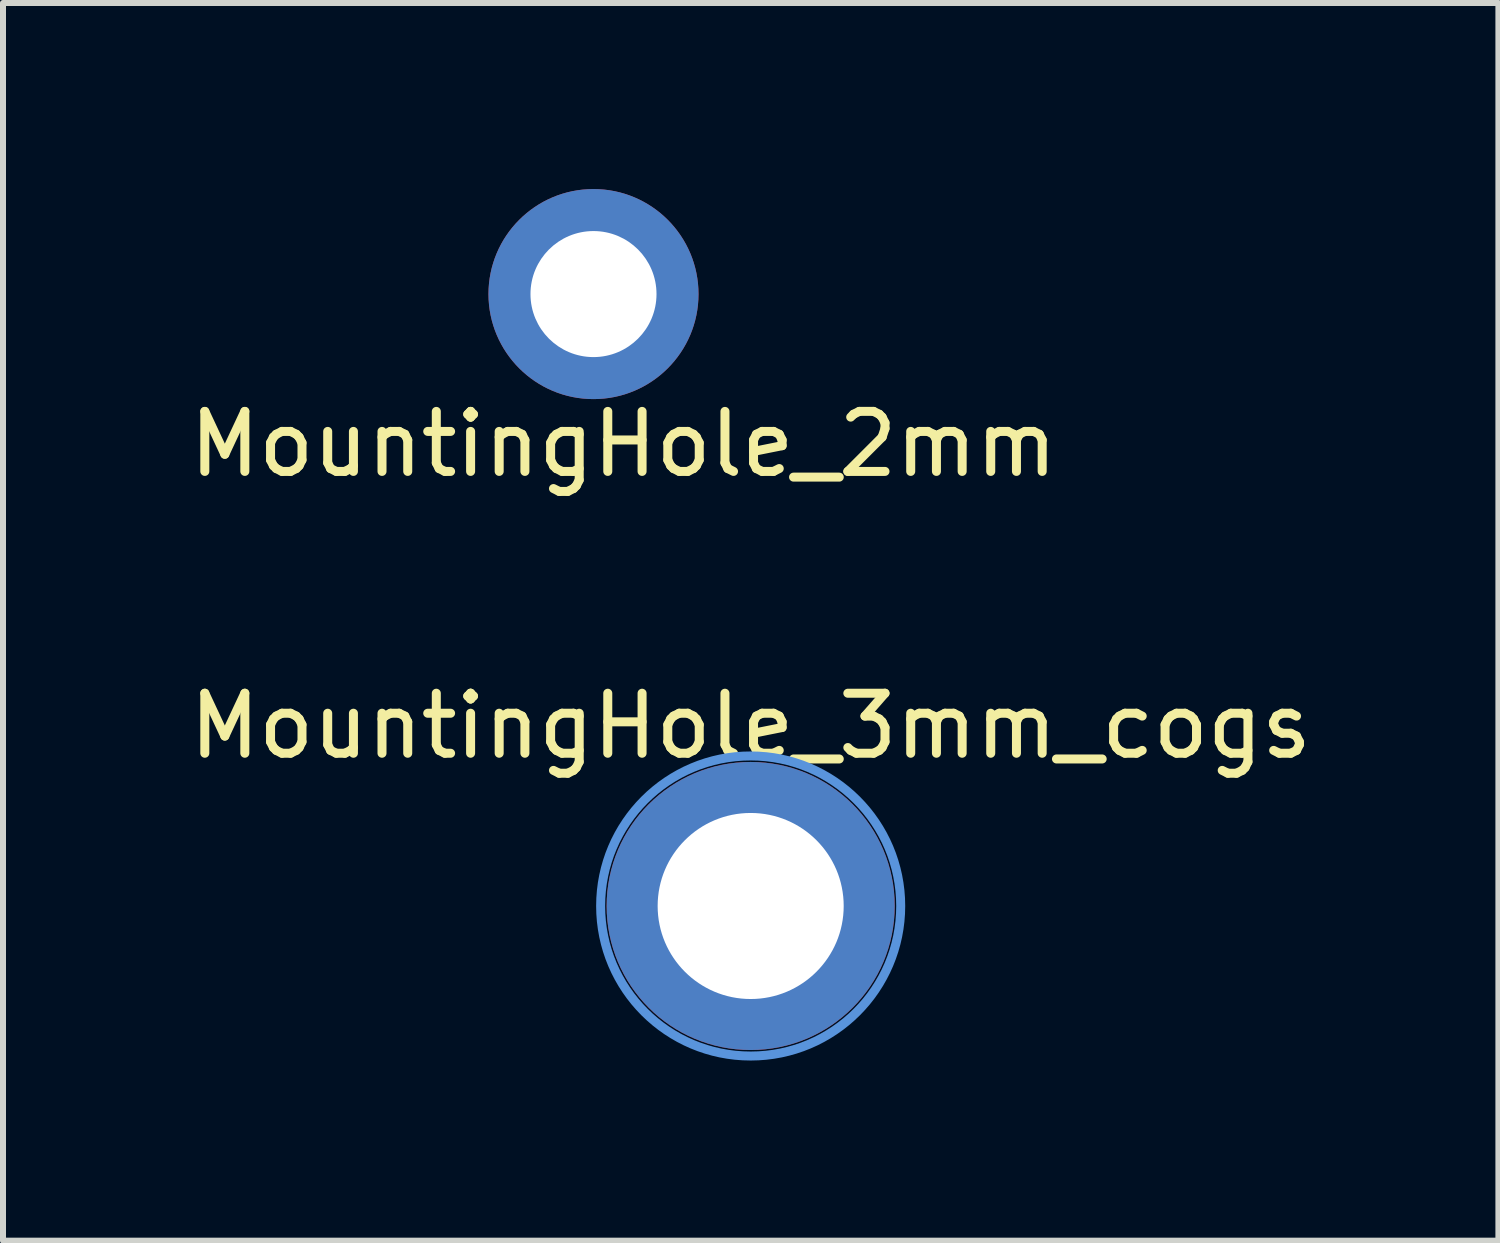
<source format=kicad_pcb>
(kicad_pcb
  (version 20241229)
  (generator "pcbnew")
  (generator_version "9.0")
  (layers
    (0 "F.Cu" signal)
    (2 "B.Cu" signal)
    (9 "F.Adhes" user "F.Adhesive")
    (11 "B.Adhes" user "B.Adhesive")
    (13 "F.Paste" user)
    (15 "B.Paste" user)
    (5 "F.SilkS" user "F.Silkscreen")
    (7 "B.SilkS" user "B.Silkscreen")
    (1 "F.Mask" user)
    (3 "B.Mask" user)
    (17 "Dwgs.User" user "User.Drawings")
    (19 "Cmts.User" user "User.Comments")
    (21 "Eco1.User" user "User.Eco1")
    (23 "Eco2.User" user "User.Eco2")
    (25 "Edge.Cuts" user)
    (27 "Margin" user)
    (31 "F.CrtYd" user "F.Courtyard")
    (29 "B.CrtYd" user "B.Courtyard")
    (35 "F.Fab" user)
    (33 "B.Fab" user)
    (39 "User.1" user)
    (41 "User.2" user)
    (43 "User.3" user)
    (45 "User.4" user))
  (footprint "MountingHole_2mm"
    (layer "F.Cu")
    (at 6.839 1.85)
    (property "Reference" "MountingHole_2mm" (at 0.5 2.5 0) (layer "F.SilkS") (effects (font (size 1 1) (thickness 0.15))))
    (attr through_hole)
    (fp_line (start -1.6 0) (end 1.6 0) (stroke (width 0.3) (type solid)) (layer "F.Mask"))
    (fp_line (start -1.2 1.2) (end 1.2 -1.2) (stroke (width 0.3) (type solid)) (layer "F.Mask"))
    (fp_line (start 0 -1.6) (end 0 1.6) (stroke (width 0.3) (type solid)) (layer "F.Mask"))
    (fp_line (start 1.2 1.2) (end -1.2 -1.2) (stroke (width 0.3) (type solid)) (layer "F.Mask"))
    (fp_line (start -1.25 -1.25) (end 1.25 1.25) (stroke (width 0.2) (type solid)) (layer "B.Mask"))
    (fp_line (start 0 -1.75) (end 0 1.75) (stroke (width 0.2) (type solid)) (layer "B.Mask"))
    (fp_line (start 1.25 -1.25) (end -1.25 1.25) (stroke (width 0.2) (type solid)) (layer "B.Mask"))
    (fp_line (start 1.75 0) (end -1.75 0) (stroke (width 0.2) (type solid)) (layer "B.Mask"))
    (pad "1" thru_hole circle (at 0 0) (size 3.5 3.5) (drill 2.1) (layers "*.Cu" "*.Mask")))
  (footprint "MountingHole_3mm_cogs"
    (layer "F.Cu")
    (at 9.458 12.046)
    (property "Reference" "MountingHole_3mm_cogs" (at 0 -3 0) (layer "F.SilkS") (effects (font (size 1 1) (thickness 0.15))))
    (attr through_hole)
    (fp_arc (start -2.25 0) (mid -2.114308 -0.769545) (end -1.7236 -1.446272) (stroke (width 0.6) (type solid)) (layer "F.Mask"))
    (fp_arc (start 0 -2.25) (mid 0.769545 -2.114308) (end 1.446272 -1.7236) (stroke (width 0.6) (type solid)) (layer "F.Mask"))
    (fp_arc (start 0 2.25) (mid -0.769545 2.114308) (end -1.446272 1.7236) (stroke (width 0.6) (type solid)) (layer "F.Mask"))
    (fp_arc (start 2.25 0) (mid 2.114308 0.769545) (end 1.7236 1.446272) (stroke (width 0.6) (type solid)) (layer "F.Mask"))
    (fp_arc (start -2.25 0) (mid -2.110241 -0.780629) (end -1.708327 -1.464281) (stroke (width 0.6) (type solid)) (layer "B.Mask"))
    (fp_arc (start 0 -2.25) (mid 0.780629 -2.110241) (end 1.464281 -1.708327) (stroke (width 0.6) (type solid)) (layer "B.Mask"))
    (fp_arc (start 0 2.25) (mid -0.780629 2.110241) (end -1.464281 1.708327) (stroke (width 0.6) (type solid)) (layer "B.Mask"))
    (fp_arc (start 2.25 0) (mid 2.110241 0.780629) (end 1.708327 1.464281) (stroke (width 0.6) (type solid)) (layer "B.Mask"))
    (fp_circle (center 0 0) (end 2.5 0) (stroke (width 0.15) (type solid)) (fill no) (layer "Cmts.User"))
    (pad "1" thru_hole circle (at 0 0) (size 4.8 4.8) (drill 3.1) (layers "*.Cu" "*.Mask")))
  (gr_rect
    (start -3 -3)
    (end 21.917 17.622)
    (stroke (width 0.1) (type default))
    (fill no)
    (layer "Edge.Cuts")))
</source>
